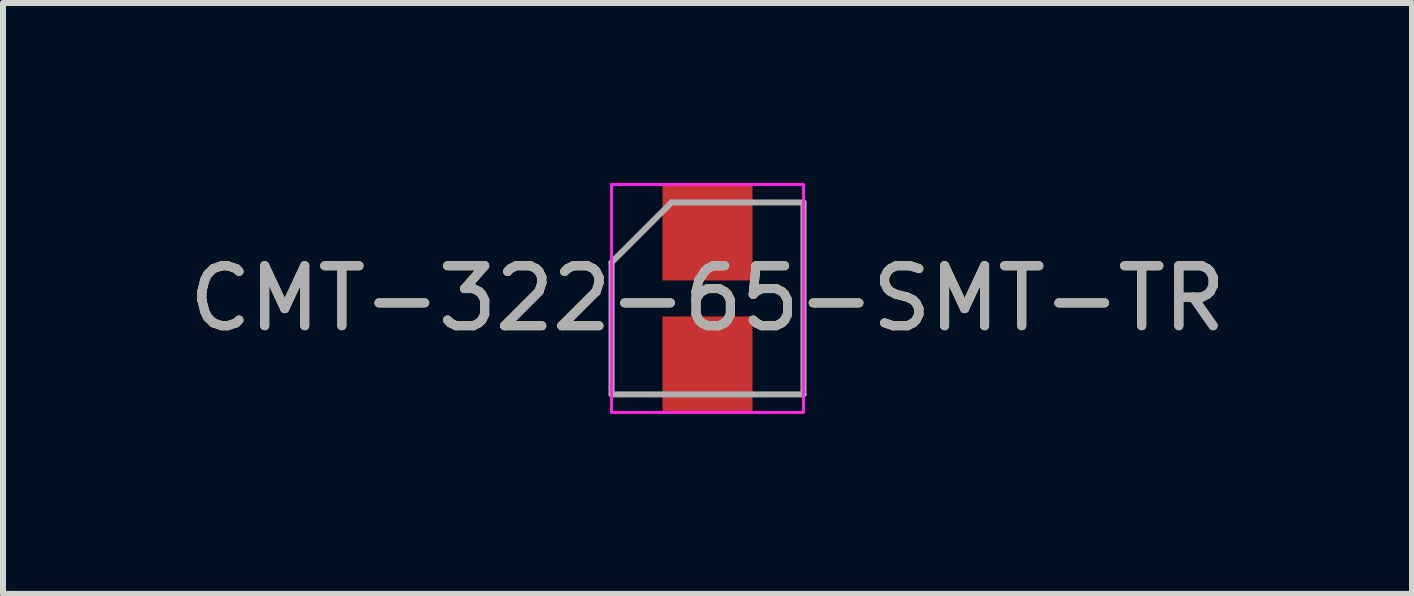
<source format=kicad_pcb>
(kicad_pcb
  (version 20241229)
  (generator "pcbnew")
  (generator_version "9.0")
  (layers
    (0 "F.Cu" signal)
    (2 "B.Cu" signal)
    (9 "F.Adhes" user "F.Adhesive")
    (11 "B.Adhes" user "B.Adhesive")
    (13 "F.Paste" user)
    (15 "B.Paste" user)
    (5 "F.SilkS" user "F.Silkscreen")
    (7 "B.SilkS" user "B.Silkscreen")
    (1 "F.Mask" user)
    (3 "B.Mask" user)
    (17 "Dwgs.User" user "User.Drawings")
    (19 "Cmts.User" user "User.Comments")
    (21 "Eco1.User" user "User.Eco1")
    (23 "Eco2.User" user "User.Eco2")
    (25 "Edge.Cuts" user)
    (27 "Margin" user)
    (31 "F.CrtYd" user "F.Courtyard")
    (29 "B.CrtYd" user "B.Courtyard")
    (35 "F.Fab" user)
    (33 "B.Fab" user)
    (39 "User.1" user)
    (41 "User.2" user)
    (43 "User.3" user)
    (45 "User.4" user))
  (footprint "CMT-322-65-SMT-TR"
    (layer "F.Cu")
    (at 8.744 1.925)
    (property "Reference" "CMT-322-65-SMT-TR" (at 0 0 0) (unlocked yes) (layer "F.SilkS") (effects (font (size 1 1) (thickness 0.15))))
    (attr smd)
    (fp_rect (start -1.6 -1.9) (end 1.6 1.9) (stroke (width 0.05) (type default)) (fill no) (layer "F.CrtYd"))
    (fp_line (start -1.6 -0.6) (end -0.6 -1.6) (stroke (width 0.1) (type default)) (layer "F.Fab"))
    (fp_line (start -1.6 1.6) (end -1.6 -0.6) (stroke (width 0.1) (type default)) (layer "F.Fab"))
    (fp_line (start -0.6 -1.6) (end 1.6 -1.6) (stroke (width 0.1) (type default)) (layer "F.Fab"))
    (fp_line (start 1.6 -1.6) (end 1.6 1.6) (stroke (width 0.1) (type default)) (layer "F.Fab"))
    (fp_line (start 1.6 1.6) (end -1.6 1.6) (stroke (width 0.1) (type default)) (layer "F.Fab"))
    (fp_text user "${REFERENCE}" (at 0 0 0) (unlocked yes) (layer "F.Fab") (effects (font (size 1 1) (thickness 0.15))))
    (pad "1" smd rect (at 0 -1.1) (size 1.5 1.6) (layers "F.Cu" "F.Mask" "F.Paste"))
    (pad "2" smd rect (at 0 1.1) (size 1.5 1.6) (layers "F.Cu" "F.Mask" "F.Paste")))
  (gr_rect
    (start -3 -3)
    (end 20.488 6.85)
    (stroke (width 0.1) (type default))
    (fill no)
    (layer "Edge.Cuts")))
</source>
